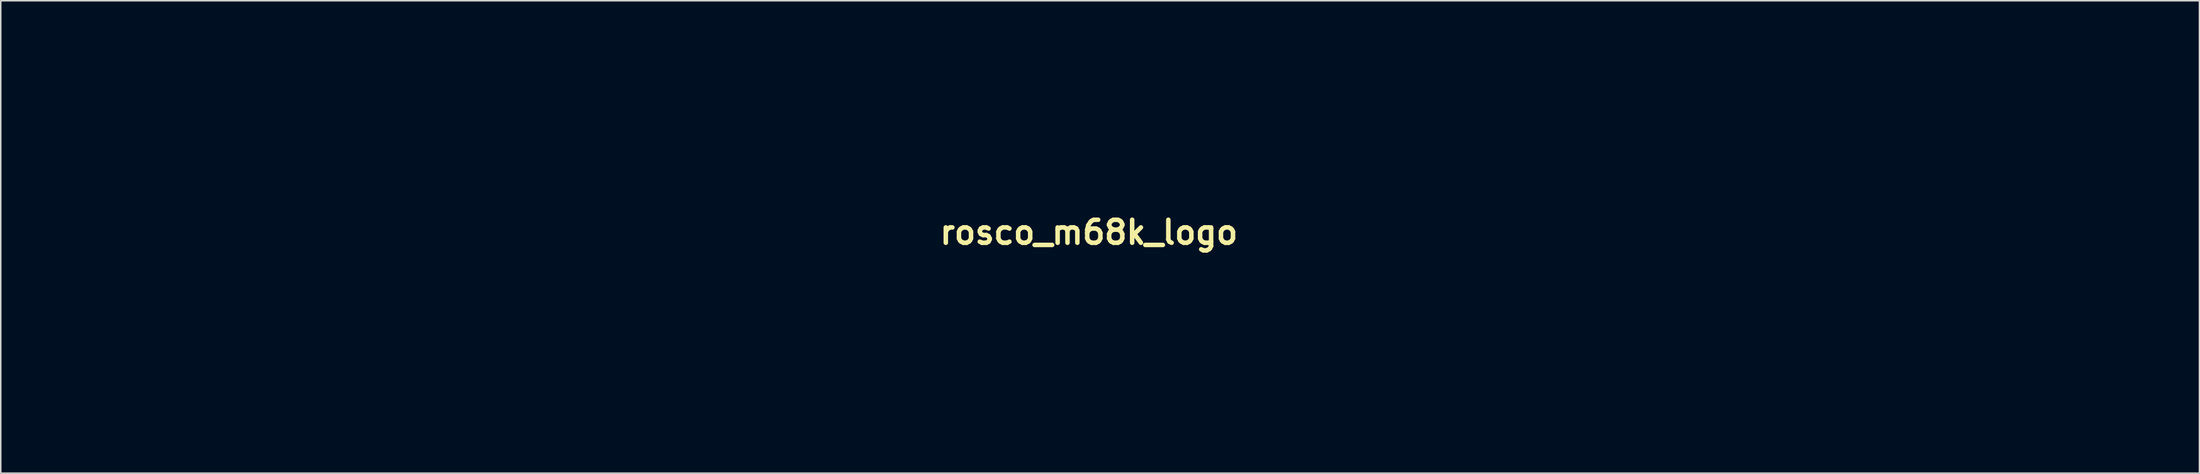
<source format=kicad_pcb>
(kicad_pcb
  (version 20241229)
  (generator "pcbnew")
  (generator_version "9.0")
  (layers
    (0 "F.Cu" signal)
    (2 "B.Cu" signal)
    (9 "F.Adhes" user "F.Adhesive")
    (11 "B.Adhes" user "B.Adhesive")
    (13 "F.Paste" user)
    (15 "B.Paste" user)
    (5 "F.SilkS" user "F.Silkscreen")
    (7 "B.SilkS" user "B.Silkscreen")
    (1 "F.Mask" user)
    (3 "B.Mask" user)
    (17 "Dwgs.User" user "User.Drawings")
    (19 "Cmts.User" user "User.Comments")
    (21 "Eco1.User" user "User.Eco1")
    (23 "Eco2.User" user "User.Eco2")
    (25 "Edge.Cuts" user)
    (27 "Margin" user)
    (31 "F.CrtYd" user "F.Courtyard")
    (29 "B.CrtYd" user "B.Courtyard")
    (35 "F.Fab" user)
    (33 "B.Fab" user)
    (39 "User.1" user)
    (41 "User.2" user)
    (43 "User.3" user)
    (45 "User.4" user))
  (footprint "rosco_m68k_logo"
    (layer "F.Cu")
    (at 69.034 12.352)
    (property "Reference" "rosco_m68k_logo" (at 0 0 0) (layer "F.SilkS") (effects (font (size 1.524 1.524) (thickness 0.3))))
    (attr through_hole)
    (fp_poly (pts (xy 64.086 -3.616) (xy 64.133 -2.894) (xy 64.086 -2.734) (xy 63.958 -2.69) (xy 63.908 -3.175) (xy 63.964 -3.676) (xy 64.086 -3.616)) (stroke (width 0.01) (type solid)) (fill no) (layer "Eco2.User"))
    (fp_poly (pts (xy -49.705 -0.81) (xy -49.531 -0.368) (xy -49.687 -0.21) (xy -50.164 -0.242) (xy -50.282 -0.37) (xy -50.364 -0.871) (xy -50.023 -1.006) (xy -49.705 -0.81)) (stroke (width 0.01) (type solid)) (fill no) (layer "Eco2.User"))
    (fp_poly (pts (xy 39.106 -0.634) (xy 38.91 -0.316) (xy 38.468 -0.143) (xy 38.31 -0.298) (xy 38.342 -0.776) (xy 38.47 -0.893) (xy 38.971 -0.975) (xy 39.106 -0.634)) (stroke (width 0.01) (type solid)) (fill no) (layer "Eco2.User"))
    (fp_poly (pts (xy -64.995 -5.887) (xy -64.913 -5.791) (xy -65.419 -5.738) (xy -65.793 -5.733) (xy -66.476 -5.768) (xy -66.58 -5.848) (xy -66.406 -5.894) (xy -65.487 -5.951) (xy -64.995 -5.887)) (stroke (width 0.01) (type solid)) (fill no) (layer "Eco2.User"))
    (fp_poly (pts (xy -61.82 -5.887) (xy -61.738 -5.791) (xy -62.244 -5.738) (xy -62.618 -5.733) (xy -63.301 -5.768) (xy -63.405 -5.848) (xy -63.231 -5.894) (xy -62.312 -5.951) (xy -61.82 -5.887)) (stroke (width 0.01) (type solid)) (fill no) (layer "Eco2.User"))
    (fp_poly (pts (xy -58.645 -5.887) (xy -58.563 -5.791) (xy -59.069 -5.738) (xy -59.443 -5.733) (xy -60.126 -5.768) (xy -60.23 -5.848) (xy -60.056 -5.894) (xy -59.137 -5.951) (xy -58.645 -5.887)) (stroke (width 0.01) (type solid)) (fill no) (layer "Eco2.User"))
    (fp_poly (pts (xy -52.476 -5.893) (xy -52.309 -5.806) (xy -52.752 -5.751) (xy -53.269 -5.741) (xy -54.032 -5.768) (xy -54.242 -5.838) (xy -54.063 -5.893) (xy -53.035 -5.952) (xy -52.476 -5.893)) (stroke (width 0.01) (type solid)) (fill no) (layer "Eco2.User"))
    (fp_poly (pts (xy -49.301 -5.893) (xy -49.134 -5.806) (xy -49.577 -5.751) (xy -50.094 -5.741) (xy -50.857 -5.768) (xy -51.067 -5.838) (xy -50.888 -5.893) (xy -49.86 -5.952) (xy -49.301 -5.893)) (stroke (width 0.01) (type solid)) (fill no) (layer "Eco2.User"))
    (fp_poly (pts (xy -46.126 -5.893) (xy -45.959 -5.806) (xy -46.402 -5.751) (xy -46.919 -5.741) (xy -47.682 -5.768) (xy -47.892 -5.838) (xy -47.713 -5.893) (xy -46.685 -5.952) (xy -46.126 -5.893)) (stroke (width 0.01) (type solid)) (fill no) (layer "Eco2.User"))
    (fp_poly (pts (xy -39.776 -5.893) (xy -39.609 -5.806) (xy -40.052 -5.751) (xy -40.569 -5.741) (xy -41.332 -5.768) (xy -41.542 -5.838) (xy -41.363 -5.893) (xy -40.335 -5.952) (xy -39.776 -5.893)) (stroke (width 0.01) (type solid)) (fill no) (layer "Eco2.User"))
    (fp_poly (pts (xy -36.601 -5.893) (xy -36.434 -5.806) (xy -36.877 -5.751) (xy -37.394 -5.741) (xy -38.157 -5.768) (xy -38.367 -5.838) (xy -38.188 -5.893) (xy -37.16 -5.952) (xy -36.601 -5.893)) (stroke (width 0.01) (type solid)) (fill no) (layer "Eco2.User"))
    (fp_poly (pts (xy -33.426 -5.893) (xy -33.259 -5.806) (xy -33.702 -5.751) (xy -34.219 -5.741) (xy -34.982 -5.768) (xy -35.192 -5.838) (xy -35.013 -5.893) (xy -33.985 -5.952) (xy -33.426 -5.893)) (stroke (width 0.01) (type solid)) (fill no) (layer "Eco2.User"))
    (fp_poly (pts (xy -33.422 -2.005) (xy -33.337 -1.764) (xy -33.835 -1.468) (xy -34.24 -1.411) (xy -34.802 -1.563) (xy -34.925 -1.764) (xy -34.622 -2.027) (xy -34.022 -2.117) (xy -33.422 -2.005)) (stroke (width 0.01) (type solid)) (fill no) (layer "Eco2.User"))
    (fp_poly (pts (xy -27.076 -5.893) (xy -26.909 -5.806) (xy -27.352 -5.751) (xy -27.869 -5.741) (xy -28.632 -5.768) (xy -28.842 -5.838) (xy -28.663 -5.893) (xy -27.635 -5.952) (xy -27.076 -5.893)) (stroke (width 0.01) (type solid)) (fill no) (layer "Eco2.User"))
    (fp_poly (pts (xy -23.901 -5.893) (xy -23.734 -5.806) (xy -24.177 -5.751) (xy -24.694 -5.741) (xy -25.457 -5.768) (xy -25.667 -5.838) (xy -25.488 -5.893) (xy -24.46 -5.952) (xy -23.901 -5.893)) (stroke (width 0.01) (type solid)) (fill no) (layer "Eco2.User"))
    (fp_poly (pts (xy -20.726 -5.893) (xy -20.559 -5.806) (xy -21.002 -5.751) (xy -21.519 -5.741) (xy -22.282 -5.768) (xy -22.492 -5.838) (xy -22.313 -5.893) (xy -21.285 -5.952) (xy -20.726 -5.893)) (stroke (width 0.01) (type solid)) (fill no) (layer "Eco2.User"))
    (fp_poly (pts (xy -14.376 -5.893) (xy -14.209 -5.806) (xy -14.652 -5.751) (xy -15.169 -5.741) (xy -15.932 -5.768) (xy -16.142 -5.838) (xy -15.963 -5.893) (xy -14.935 -5.952) (xy -14.376 -5.893)) (stroke (width 0.01) (type solid)) (fill no) (layer "Eco2.User"))
    (fp_poly (pts (xy -11.652 -0.79) (xy -11.642 -0.706) (xy -11.91 -0.363) (xy -11.994 -0.353) (xy -12.337 -0.621) (xy -12.347 -0.706) (xy -12.079 -1.048) (xy -11.994 -1.058) (xy -11.652 -0.79)) (stroke (width 0.01) (type solid)) (fill no) (layer "Eco2.User"))
    (fp_poly (pts (xy -11.201 -5.893) (xy -11.034 -5.806) (xy -11.477 -5.751) (xy -11.994 -5.741) (xy -12.757 -5.768) (xy -12.967 -5.838) (xy -12.788 -5.893) (xy -11.76 -5.952) (xy -11.201 -5.893)) (stroke (width 0.01) (type solid)) (fill no) (layer "Eco2.User"))
    (fp_poly (pts (xy -8.026 -5.893) (xy -7.859 -5.806) (xy -8.302 -5.751) (xy -8.819 -5.741) (xy -9.582 -5.768) (xy -9.792 -5.838) (xy -9.613 -5.893) (xy -8.585 -5.952) (xy -8.026 -5.893)) (stroke (width 0.01) (type solid)) (fill no) (layer "Eco2.User"))
    (fp_poly (pts (xy -1.676 12.804) (xy -1.509 12.891) (xy -1.952 12.946) (xy -2.469 12.957) (xy -3.232 12.929) (xy -3.442 12.859) (xy -3.263 12.804) (xy -2.235 12.745) (xy -1.676 12.804)) (stroke (width 0.01) (type solid)) (fill no) (layer "Eco2.User"))
    (fp_poly (pts (xy 1.499 12.804) (xy 1.666 12.891) (xy 1.223 12.946) (xy 0.706 12.957) (xy -0.057 12.929) (xy -0.267 12.859) (xy -0.088 12.804) (xy 0.94 12.745) (xy 1.499 12.804)) (stroke (width 0.01) (type solid)) (fill no) (layer "Eco2.User"))
    (fp_poly (pts (xy 4.674 12.804) (xy 4.841 12.891) (xy 4.398 12.946) (xy 3.881 12.957) (xy 3.118 12.929) (xy 2.908 12.859) (xy 3.087 12.804) (xy 4.115 12.745) (xy 4.674 12.804)) (stroke (width 0.01) (type solid)) (fill no) (layer "Eco2.User"))
    (fp_poly (pts (xy 7.849 12.804) (xy 8.016 12.891) (xy 7.573 12.946) (xy 7.056 12.957) (xy 6.293 12.929) (xy 6.083 12.859) (xy 6.262 12.804) (xy 7.29 12.745) (xy 7.849 12.804)) (stroke (width 0.01) (type solid)) (fill no) (layer "Eco2.User"))
    (fp_poly (pts (xy 11.024 12.804) (xy 11.191 12.891) (xy 10.748 12.946) (xy 10.231 12.957) (xy 9.468 12.929) (xy 9.258 12.859) (xy 9.437 12.804) (xy 10.465 12.745) (xy 11.024 12.804)) (stroke (width 0.01) (type solid)) (fill no) (layer "Eco2.User"))
    (fp_poly (pts (xy 17.374 -5.893) (xy 17.541 -5.806) (xy 17.098 -5.751) (xy 16.581 -5.741) (xy 15.818 -5.768) (xy 15.608 -5.838) (xy 15.787 -5.893) (xy 16.815 -5.952) (xy 17.374 -5.893)) (stroke (width 0.01) (type solid)) (fill no) (layer "Eco2.User"))
    (fp_poly (pts (xy 20.549 -5.893) (xy 20.716 -5.806) (xy 20.273 -5.751) (xy 19.756 -5.741) (xy 18.993 -5.768) (xy 18.783 -5.838) (xy 18.962 -5.893) (xy 19.99 -5.952) (xy 20.549 -5.893)) (stroke (width 0.01) (type solid)) (fill no) (layer "Eco2.User"))
    (fp_poly (pts (xy 23.724 -5.893) (xy 23.891 -5.806) (xy 23.448 -5.751) (xy 22.931 -5.741) (xy 22.168 -5.768) (xy 21.958 -5.838) (xy 22.137 -5.893) (xy 23.165 -5.952) (xy 23.724 -5.893)) (stroke (width 0.01) (type solid)) (fill no) (layer "Eco2.User"))
    (fp_poly (pts (xy 26.899 -5.893) (xy 27.066 -5.806) (xy 26.623 -5.751) (xy 26.106 -5.741) (xy 25.343 -5.768) (xy 25.133 -5.838) (xy 25.312 -5.893) (xy 26.34 -5.952) (xy 26.899 -5.893)) (stroke (width 0.01) (type solid)) (fill no) (layer "Eco2.User"))
    (fp_poly (pts (xy 30.074 -5.893) (xy 30.241 -5.806) (xy 29.798 -5.751) (xy 29.281 -5.741) (xy 28.518 -5.768) (xy 28.308 -5.838) (xy 28.487 -5.893) (xy 29.515 -5.952) (xy 30.074 -5.893)) (stroke (width 0.01) (type solid)) (fill no) (layer "Eco2.User"))
    (fp_poly (pts (xy 42.774 -5.893) (xy 42.941 -5.806) (xy 42.498 -5.751) (xy 41.981 -5.741) (xy 41.218 -5.768) (xy 41.008 -5.838) (xy 41.187 -5.893) (xy 42.215 -5.952) (xy 42.774 -5.893)) (stroke (width 0.01) (type solid)) (fill no) (layer "Eco2.User"))
    (fp_poly (pts (xy 51.584 -7.178) (xy 51.663 -7.086) (xy 51.628 -6.624) (xy 51.536 -6.545) (xy 51.074 -6.58) (xy 50.995 -6.673) (xy 51.03 -7.134) (xy 51.123 -7.213) (xy 51.584 -7.178)) (stroke (width 0.01) (type solid)) (fill no) (layer "Eco2.User"))
    (fp_poly (pts (xy 51.799 -0.879) (xy 51.858 -0.726) (xy 51.625 -0.266) (xy 51.172 -0.155) (xy 51.026 -0.245) (xy 50.811 -0.757) (xy 51.189 -1.048) (xy 51.329 -1.058) (xy 51.799 -0.879)) (stroke (width 0.01) (type solid)) (fill no) (layer "Eco2.User"))
    (fp_poly (pts (xy 64.426 5.458) (xy 64.347 6.029) (xy 64.026 6.541) (xy 63.645 6.981) (xy 63.537 6.845) (xy 63.58 6.251) (xy 63.757 5.535) (xy 64.02 5.254) (xy 64.426 5.458)) (stroke (width 0.01) (type solid)) (fill no) (layer "Eco2.User"))
    (fp_poly (pts (xy 68.002 -5.887) (xy 68.084 -5.791) (xy 67.578 -5.738) (xy 67.204 -5.733) (xy 66.521 -5.768) (xy 66.417 -5.848) (xy 66.591 -5.894) (xy 67.51 -5.951) (xy 68.002 -5.887)) (stroke (width 0.01) (type solid)) (fill no) (layer "Eco2.User"))
    (fp_poly (pts (xy -68.911 2.724) (xy -68.887 2.91) (xy -68.83 4.235) (xy -68.887 5.556) (xy -68.951 5.867) (xy -68.999 5.545) (xy -69.024 4.665) (xy -69.026 4.233) (xy -69.011 3.173) (xy -68.97 2.646) (xy -68.911 2.724)) (stroke (width 0.01) (type solid)) (fill no) (layer "Eco2.User"))
    (fp_poly (pts (xy -62.561 2.724) (xy -62.537 2.91) (xy -62.48 4.235) (xy -62.537 5.556) (xy -62.601 5.867) (xy -62.649 5.545) (xy -62.674 4.665) (xy -62.676 4.233) (xy -62.661 3.173) (xy -62.62 2.646) (xy -62.561 2.724)) (stroke (width 0.01) (type solid)) (fill no) (layer "Eco2.User"))
    (fp_poly (pts (xy -56.211 2.724) (xy -56.187 2.91) (xy -56.13 4.235) (xy -56.187 5.556) (xy -56.251 5.867) (xy -56.299 5.545) (xy -56.324 4.665) (xy -56.326 4.233) (xy -56.311 3.173) (xy -56.27 2.646) (xy -56.211 2.724)) (stroke (width 0.01) (type solid)) (fill no) (layer "Eco2.User"))
    (fp_poly (pts (xy -20.713 0.111) (xy -20.285 0.353) (xy -20.445 0.583) (xy -21.193 0.698) (xy -21.519 0.706) (xy -22.424 0.632) (xy -22.775 0.433) (xy -22.754 0.353) (xy -22.276 0.097) (xy -21.519 0) (xy -20.713 0.111)) (stroke (width 0.01) (type solid)) (fill no) (layer "Eco2.User"))
    (fp_poly (pts (xy -14.17 6.434) (xy -13.914 6.655) (xy -13.935 6.703) (xy -14.412 6.957) (xy -15.19 7.056) (xy -15.924 6.951) (xy -16.228 6.703) (xy -15.917 6.471) (xy -15.152 6.354) (xy -14.972 6.35) (xy -14.17 6.434)) (stroke (width 0.01) (type solid)) (fill no) (layer "Eco2.User"))
    (fp_poly (pts (xy -10.995 6.434) (xy -10.739 6.655) (xy -10.76 6.703) (xy -11.237 6.957) (xy -12.015 7.056) (xy -12.749 6.951) (xy -13.053 6.703) (xy -12.742 6.471) (xy -11.977 6.354) (xy -11.797 6.35) (xy -10.995 6.434)) (stroke (width 0.01) (type solid)) (fill no) (layer "Eco2.User"))
    (fp_poly (pts (xy -7.82 6.434) (xy -7.564 6.655) (xy -7.585 6.703) (xy -8.062 6.957) (xy -8.84 7.056) (xy -9.574 6.951) (xy -9.878 6.703) (xy -9.567 6.471) (xy -8.802 6.354) (xy -8.622 6.35) (xy -7.82 6.434)) (stroke (width 0.01) (type solid)) (fill no) (layer "Eco2.User"))
    (fp_poly (pts (xy 1.333 6.437) (xy 1.751 6.652) (xy 1.764 6.703) (xy 1.458 6.952) (xy 0.726 7.056) (xy -0.088 6.947) (xy -0.529 6.703) (xy -0.38 6.463) (xy 0.339 6.353) (xy 0.508 6.35) (xy 1.333 6.437)) (stroke (width 0.01) (type solid)) (fill no) (layer "Eco2.User"))
    (fp_poly (pts (xy 4.508 6.437) (xy 4.926 6.652) (xy 4.939 6.703) (xy 4.633 6.952) (xy 3.901 7.056) (xy 3.087 6.947) (xy 2.646 6.703) (xy 2.795 6.463) (xy 3.514 6.353) (xy 3.683 6.35) (xy 4.508 6.437)) (stroke (width 0.01) (type solid)) (fill no) (layer "Eco2.User"))
    (fp_poly (pts (xy 7.683 6.437) (xy 8.101 6.652) (xy 8.114 6.703) (xy 7.808 6.952) (xy 7.076 7.056) (xy 6.262 6.947) (xy 5.821 6.703) (xy 5.97 6.463) (xy 6.689 6.353) (xy 6.858 6.35) (xy 7.683 6.437)) (stroke (width 0.01) (type solid)) (fill no) (layer "Eco2.User"))
    (fp_poly (pts (xy 57.736 2.724) (xy 57.76 2.91) (xy 57.817 4.235) (xy 57.76 5.556) (xy 57.697 5.867) (xy 57.649 5.545) (xy 57.623 4.665) (xy 57.621 4.233) (xy 57.637 3.173) (xy 57.678 2.646) (xy 57.736 2.724)) (stroke (width 0.01) (type solid)) (fill no) (layer "Eco2.User"))
    (fp_poly (pts (xy 70.436 2.724) (xy 70.46 2.91) (xy 70.517 4.235) (xy 70.46 5.556) (xy 70.397 5.867) (xy 70.349 5.545) (xy 70.323 4.665) (xy 70.321 4.233) (xy 70.337 3.173) (xy 70.378 2.646) (xy 70.436 2.724)) (stroke (width 0.01) (type solid)) (fill no) (layer "Eco2.User"))
    (fp_poly (pts (xy -68.905 -3.227) (xy -68.887 -3.079) (xy -68.831 -1.833) (xy -68.885 -0.65) (xy -68.89 -0.609) (xy -68.956 -0.366) (xy -69.005 -0.746) (xy -69.028 -1.664) (xy -69.029 -1.94) (xy -69.011 -2.941) (xy -68.967 -3.394) (xy -68.905 -3.227)) (stroke (width 0.01) (type solid)) (fill no) (layer "Eco2.User"))
    (fp_poly (pts (xy -56.205 -3.227) (xy -56.187 -3.079) (xy -56.131 -1.833) (xy -56.185 -0.65) (xy -56.19 -0.609) (xy -56.256 -0.366) (xy -56.305 -0.746) (xy -56.328 -1.664) (xy -56.329 -1.94) (xy -56.311 -2.941) (xy -56.267 -3.394) (xy -56.205 -3.227)) (stroke (width 0.01) (type solid)) (fill no) (layer "Eco2.User"))
    (fp_poly (pts (xy 45.043 -9.577) (xy 45.06 -9.429) (xy 45.117 -8.183) (xy 45.062 -7) (xy 45.057 -6.959) (xy 44.991 -6.716) (xy 44.942 -7.096) (xy 44.919 -8.014) (xy 44.919 -8.29) (xy 44.936 -9.291) (xy 44.98 -9.744) (xy 45.043 -9.577)) (stroke (width 0.01) (type solid)) (fill no) (layer "Eco2.User"))
    (fp_poly (pts (xy 45.043 -3.227) (xy 45.06 -3.079) (xy 45.117 -1.833) (xy 45.062 -0.65) (xy 45.057 -0.609) (xy 44.991 -0.366) (xy 44.942 -0.746) (xy 44.919 -1.664) (xy 44.919 -1.94) (xy 44.936 -2.941) (xy 44.98 -3.394) (xy 45.043 -3.227)) (stroke (width 0.01) (type solid)) (fill no) (layer "Eco2.User"))
    (fp_poly (pts (xy 45.043 2.77) (xy 45.06 2.918) (xy 45.117 4.164) (xy 45.062 5.347) (xy 45.057 5.388) (xy 44.991 5.631) (xy 44.942 5.252) (xy 44.919 4.333) (xy 44.919 4.057) (xy 44.936 3.056) (xy 44.98 2.604) (xy 45.043 2.77)) (stroke (width 0.01) (type solid)) (fill no) (layer "Eco2.User"))
    (fp_poly (pts (xy 57.743 -9.577) (xy 57.76 -9.429) (xy 57.817 -8.183) (xy 57.762 -7) (xy 57.757 -6.959) (xy 57.691 -6.716) (xy 57.642 -7.096) (xy 57.619 -8.014) (xy 57.619 -8.29) (xy 57.636 -9.291) (xy 57.68 -9.744) (xy 57.743 -9.577)) (stroke (width 0.01) (type solid)) (fill no) (layer "Eco2.User"))
    (fp_poly (pts (xy 57.743 -3.227) (xy 57.76 -3.079) (xy 57.817 -1.833) (xy 57.762 -0.65) (xy 57.757 -0.609) (xy 57.691 -0.366) (xy 57.642 -0.746) (xy 57.619 -1.664) (xy 57.619 -1.94) (xy 57.636 -2.941) (xy 57.68 -3.394) (xy 57.743 -3.227)) (stroke (width 0.01) (type solid)) (fill no) (layer "Eco2.User"))
    (fp_poly (pts (xy 64.093 -9.577) (xy 64.11 -9.429) (xy 64.167 -8.183) (xy 64.112 -7) (xy 64.107 -6.959) (xy 64.041 -6.716) (xy 63.992 -7.096) (xy 63.969 -8.014) (xy 63.969 -8.29) (xy 63.986 -9.291) (xy 64.03 -9.744) (xy 64.093 -9.577)) (stroke (width 0.01) (type solid)) (fill no) (layer "Eco2.User"))
    (fp_poly (pts (xy 70.443 -3.227) (xy 70.46 -3.079) (xy 70.517 -1.833) (xy 70.462 -0.65) (xy 70.457 -0.609) (xy 70.391 -0.366) (xy 70.342 -0.746) (xy 70.319 -1.664) (xy 70.319 -1.94) (xy 70.336 -2.941) (xy 70.38 -3.394) (xy 70.443 -3.227)) (stroke (width 0.01) (type solid)) (fill no) (layer "Eco2.User"))
    (fp_poly (pts (xy -64.977 6.439) (xy -64.569 6.656) (xy -64.558 6.703) (xy -64.868 6.936) (xy -65.631 7.053) (xy -65.793 7.056) (xy -66.609 6.967) (xy -67.017 6.749) (xy -67.028 6.703) (xy -66.718 6.47) (xy -65.955 6.353) (xy -65.793 6.35) (xy -64.977 6.439)) (stroke (width 0.01) (type solid)) (fill no) (layer "Eco2.User"))
    (fp_poly (pts (xy -58.627 0.089) (xy -58.219 0.306) (xy -58.208 0.353) (xy -58.518 0.586) (xy -59.281 0.703) (xy -59.443 0.706) (xy -60.259 0.617) (xy -60.667 0.399) (xy -60.678 0.353) (xy -60.368 0.12) (xy -59.605 0.003) (xy -59.443 0) (xy -58.627 0.089)) (stroke (width 0.01) (type solid)) (fill no) (layer "Eco2.User"))
    (fp_poly (pts (xy -52.277 6.439) (xy -51.869 6.656) (xy -51.858 6.703) (xy -52.168 6.936) (xy -52.931 7.053) (xy -53.093 7.056) (xy -53.909 6.967) (xy -54.317 6.749) (xy -54.328 6.703) (xy -54.018 6.47) (xy -53.255 6.353) (xy -53.093 6.35) (xy -52.277 6.439)) (stroke (width 0.01) (type solid)) (fill no) (layer "Eco2.User"))
    (fp_poly (pts (xy -49.102 6.439) (xy -48.694 6.656) (xy -48.683 6.703) (xy -48.993 6.936) (xy -49.756 7.053) (xy -49.918 7.056) (xy -50.734 6.967) (xy -51.142 6.749) (xy -51.153 6.703) (xy -50.843 6.47) (xy -50.08 6.353) (xy -49.918 6.35) (xy -49.102 6.439)) (stroke (width 0.01) (type solid)) (fill no) (layer "Eco2.User"))
    (fp_poly (pts (xy -45.927 6.439) (xy -45.519 6.656) (xy -45.508 6.703) (xy -45.818 6.936) (xy -46.581 7.053) (xy -46.743 7.056) (xy -47.559 6.967) (xy -47.967 6.749) (xy -47.978 6.703) (xy -47.668 6.47) (xy -46.905 6.353) (xy -46.743 6.35) (xy -45.927 6.439)) (stroke (width 0.01) (type solid)) (fill no) (layer "Eco2.User"))
    (fp_poly (pts (xy -43.543 2.134) (xy -43.423 2.962) (xy -43.392 4.036) (xy -43.441 5.243) (xy -43.572 6.07) (xy -43.744 6.35) (xy -43.933 6.029) (xy -44.06 5.192) (xy -44.097 4.254) (xy -44.042 3.099) (xy -43.899 2.25) (xy -43.744 1.94) (xy -43.543 2.134)) (stroke (width 0.01) (type solid)) (fill no) (layer "Eco2.User"))
    (fp_poly (pts (xy -39.577 6.439) (xy -39.169 6.656) (xy -39.158 6.703) (xy -39.468 6.936) (xy -40.231 7.053) (xy -40.393 7.056) (xy -41.209 6.967) (xy -41.617 6.749) (xy -41.628 6.703) (xy -41.318 6.47) (xy -40.555 6.353) (xy -40.393 6.35) (xy -39.577 6.439)) (stroke (width 0.01) (type solid)) (fill no) (layer "Eco2.User"))
    (fp_poly (pts (xy -39.564 0.09) (xy -39.167 0.311) (xy -39.158 0.353) (xy -39.472 0.572) (xy -40.255 0.696) (xy -40.59 0.706) (xy -41.484 0.631) (xy -41.825 0.43) (xy -41.804 0.353) (xy -41.335 0.114) (xy -40.48 0.001) (xy -40.372 0) (xy -39.564 0.09)) (stroke (width 0.01) (type solid)) (fill no) (layer "Eco2.User"))
    (fp_poly (pts (xy -36.402 6.439) (xy -35.994 6.656) (xy -35.983 6.703) (xy -36.293 6.936) (xy -37.056 7.053) (xy -37.218 7.056) (xy -38.034 6.967) (xy -38.442 6.749) (xy -38.453 6.703) (xy -38.143 6.47) (xy -37.38 6.353) (xy -37.218 6.35) (xy -36.402 6.439)) (stroke (width 0.01) (type solid)) (fill no) (layer "Eco2.User"))
    (fp_poly (pts (xy -33.227 6.439) (xy -32.819 6.656) (xy -32.808 6.703) (xy -33.118 6.936) (xy -33.881 7.053) (xy -34.043 7.056) (xy -34.859 6.967) (xy -35.267 6.749) (xy -35.278 6.703) (xy -34.968 6.47) (xy -34.205 6.353) (xy -34.043 6.35) (xy -33.227 6.439)) (stroke (width 0.01) (type solid)) (fill no) (layer "Eco2.User"))
    (fp_poly (pts (xy -30.857 2.438) (xy -30.729 3.277) (xy -30.692 4.233) (xy -30.745 5.361) (xy -30.885 6.125) (xy -31.044 6.35) (xy -31.232 6.029) (xy -31.36 5.189) (xy -31.397 4.233) (xy -31.344 3.106) (xy -31.204 2.341) (xy -31.044 2.117) (xy -30.857 2.438)) (stroke (width 0.01) (type solid)) (fill no) (layer "Eco2.User"))
    (fp_poly (pts (xy -26.877 6.439) (xy -26.469 6.656) (xy -26.458 6.703) (xy -26.768 6.936) (xy -27.531 7.053) (xy -27.693 7.056) (xy -28.509 6.967) (xy -28.917 6.749) (xy -28.928 6.703) (xy -28.618 6.47) (xy -27.855 6.353) (xy -27.693 6.35) (xy -26.877 6.439)) (stroke (width 0.01) (type solid)) (fill no) (layer "Eco2.User"))
    (fp_poly (pts (xy -23.702 6.439) (xy -23.294 6.656) (xy -23.283 6.703) (xy -23.593 6.936) (xy -24.356 7.053) (xy -24.518 7.056) (xy -25.334 6.967) (xy -25.742 6.749) (xy -25.753 6.703) (xy -25.443 6.47) (xy -24.68 6.353) (xy -24.518 6.35) (xy -23.702 6.439)) (stroke (width 0.01) (type solid)) (fill no) (layer "Eco2.User"))
    (fp_poly (pts (xy -20.527 6.439) (xy -20.119 6.656) (xy -20.108 6.703) (xy -20.418 6.936) (xy -21.181 7.053) (xy -21.343 7.056) (xy -22.159 6.967) (xy -22.567 6.749) (xy -22.578 6.703) (xy -22.268 6.47) (xy -21.505 6.353) (xy -21.343 6.35) (xy -20.527 6.439)) (stroke (width 0.01) (type solid)) (fill no) (layer "Eco2.User"))
    (fp_poly (pts (xy -18.157 -3.912) (xy -18.029 -3.073) (xy -17.992 -2.117) (xy -18.045 -0.989) (xy -18.185 -0.225) (xy -18.344 0) (xy -18.532 -0.321) (xy -18.66 -1.161) (xy -18.697 -2.117) (xy -18.644 -3.244) (xy -18.504 -4.009) (xy -18.344 -4.233) (xy -18.157 -3.912)) (stroke (width 0.01) (type solid)) (fill no) (layer "Eco2.User"))
    (fp_poly (pts (xy -18.157 2.438) (xy -18.029 3.277) (xy -17.992 4.233) (xy -18.045 5.361) (xy -18.185 6.125) (xy -18.344 6.35) (xy -18.532 6.029) (xy -18.66 5.189) (xy -18.697 4.233) (xy -18.644 3.106) (xy -18.504 2.341) (xy -18.344 2.117) (xy -18.157 2.438)) (stroke (width 0.01) (type solid)) (fill no) (layer "Eco2.User"))
    (fp_poly (pts (xy -5.46 8.438) (xy -5.334 9.296) (xy -5.292 10.407) (xy -5.342 11.605) (xy -5.474 12.426) (xy -5.644 12.7) (xy -5.829 12.376) (xy -5.955 11.518) (xy -5.997 10.407) (xy -5.947 9.209) (xy -5.815 8.388) (xy -5.644 8.114) (xy -5.46 8.438)) (stroke (width 0.01) (type solid)) (fill no) (layer "Eco2.User"))
    (fp_poly (pts (xy -5.457 -3.912) (xy -5.329 -3.073) (xy -5.292 -2.117) (xy -5.345 -0.989) (xy -5.485 -0.225) (xy -5.644 0) (xy -5.832 -0.321) (xy -5.96 -1.161) (xy -5.997 -2.117) (xy -5.944 -3.244) (xy -5.804 -4.009) (xy -5.644 -4.233) (xy -5.457 -3.912)) (stroke (width 0.01) (type solid)) (fill no) (layer "Eco2.User"))
    (fp_poly (pts (xy -5.457 2.438) (xy -5.329 3.277) (xy -5.292 4.233) (xy -5.345 5.361) (xy -5.485 6.125) (xy -5.644 6.35) (xy -5.832 6.029) (xy -5.96 5.189) (xy -5.997 4.233) (xy -5.944 3.106) (xy -5.804 2.341) (xy -5.644 2.117) (xy -5.457 2.438)) (stroke (width 0.01) (type solid)) (fill no) (layer "Eco2.User"))
    (fp_poly (pts (xy -1.726 6.452) (xy -1.411 6.698) (xy -1.411 6.703) (xy -1.718 6.95) (xy -2.456 7.056) (xy -2.469 7.056) (xy -3.213 6.953) (xy -3.528 6.707) (xy -3.528 6.703) (xy -3.221 6.455) (xy -2.483 6.35) (xy -2.469 6.35) (xy -1.726 6.452)) (stroke (width 0.01) (type solid)) (fill no) (layer "Eco2.User"))
    (fp_poly (pts (xy 10.87 6.439) (xy 11.278 6.656) (xy 11.289 6.703) (xy 10.979 6.936) (xy 10.216 7.053) (xy 10.054 7.056) (xy 9.238 6.967) (xy 8.83 6.749) (xy 8.819 6.703) (xy 9.13 6.47) (xy 9.892 6.353) (xy 10.054 6.35) (xy 10.87 6.439)) (stroke (width 0.01) (type solid)) (fill no) (layer "Eco2.User"))
    (fp_poly (pts (xy 13.59 8.438) (xy 13.716 9.296) (xy 13.758 10.407) (xy 13.708 11.605) (xy 13.576 12.426) (xy 13.406 12.7) (xy 13.221 12.376) (xy 13.095 11.518) (xy 13.053 10.407) (xy 13.103 9.209) (xy 13.235 8.388) (xy 13.406 8.114) (xy 13.59 8.438)) (stroke (width 0.01) (type solid)) (fill no) (layer "Eco2.User"))
    (fp_poly (pts (xy 13.593 -3.912) (xy 13.721 -3.073) (xy 13.758 -2.117) (xy 13.705 -0.989) (xy 13.565 -0.225) (xy 13.406 0) (xy 13.218 -0.321) (xy 13.09 -1.161) (xy 13.053 -2.117) (xy 13.106 -3.244) (xy 13.246 -4.009) (xy 13.406 -4.233) (xy 13.593 -3.912)) (stroke (width 0.01) (type solid)) (fill no) (layer "Eco2.User"))
    (fp_poly (pts (xy 13.593 2.438) (xy 13.721 3.277) (xy 13.758 4.233) (xy 13.705 5.361) (xy 13.565 6.125) (xy 13.406 6.35) (xy 13.218 6.029) (xy 13.09 5.189) (xy 13.053 4.233) (xy 13.106 3.106) (xy 13.246 2.341) (xy 13.406 2.117) (xy 13.593 2.438)) (stroke (width 0.01) (type solid)) (fill no) (layer "Eco2.User"))
    (fp_poly (pts (xy 17.22 6.439) (xy 17.628 6.656) (xy 17.639 6.703) (xy 17.329 6.936) (xy 16.566 7.053) (xy 16.404 7.056) (xy 15.588 6.967) (xy 15.18 6.749) (xy 15.169 6.703) (xy 15.48 6.47) (xy 16.242 6.353) (xy 16.404 6.35) (xy 17.22 6.439)) (stroke (width 0.01) (type solid)) (fill no) (layer "Eco2.User"))
    (fp_poly (pts (xy 19.943 2.438) (xy 20.071 3.277) (xy 20.108 4.233) (xy 20.055 5.361) (xy 19.915 6.125) (xy 19.756 6.35) (xy 19.568 6.029) (xy 19.44 5.189) (xy 19.403 4.233) (xy 19.456 3.106) (xy 19.596 2.341) (xy 19.756 2.117) (xy 19.943 2.438)) (stroke (width 0.01) (type solid)) (fill no) (layer "Eco2.User"))
    (fp_poly (pts (xy 23.57 6.439) (xy 23.978 6.656) (xy 23.989 6.703) (xy 23.679 6.936) (xy 22.916 7.053) (xy 22.754 7.056) (xy 21.938 6.967) (xy 21.53 6.749) (xy 21.519 6.703) (xy 21.83 6.47) (xy 22.592 6.353) (xy 22.754 6.35) (xy 23.57 6.439)) (stroke (width 0.01) (type solid)) (fill no) (layer "Eco2.User"))
    (fp_poly (pts (xy 26.294 2.384) (xy 26.422 3.312) (xy 26.458 4.254) (xy 26.404 5.373) (xy 26.263 6.131) (xy 26.106 6.35) (xy 25.922 6.026) (xy 25.796 5.165) (xy 25.753 4.036) (xy 25.801 2.748) (xy 25.939 2.042) (xy 26.106 1.94) (xy 26.294 2.384)) (stroke (width 0.01) (type solid)) (fill no) (layer "Eco2.User"))
    (fp_poly (pts (xy 29.92 6.439) (xy 30.328 6.656) (xy 30.339 6.703) (xy 30.029 6.936) (xy 29.266 7.053) (xy 29.104 7.056) (xy 28.288 6.967) (xy 27.88 6.749) (xy 27.869 6.703) (xy 28.18 6.47) (xy 28.942 6.353) (xy 29.104 6.35) (xy 29.92 6.439)) (stroke (width 0.01) (type solid)) (fill no) (layer "Eco2.User"))
    (fp_poly (pts (xy 32.644 -3.912) (xy 32.771 -3.075) (xy 32.808 -2.137) (xy 32.753 -0.982) (xy 32.61 -0.133) (xy 32.456 0.176) (xy 32.255 -0.017) (xy 32.134 -0.845) (xy 32.103 -1.919) (xy 32.152 -3.126) (xy 32.283 -3.953) (xy 32.456 -4.233) (xy 32.644 -3.912)) (stroke (width 0.01) (type solid)) (fill no) (layer "Eco2.User"))
    (fp_poly (pts (xy 32.644 -9.963) (xy 32.772 -9.035) (xy 32.808 -8.093) (xy 32.754 -6.974) (xy 32.613 -6.216) (xy 32.456 -5.997) (xy 32.272 -6.322) (xy 32.146 -7.182) (xy 32.103 -8.311) (xy 32.151 -9.599) (xy 32.289 -10.306) (xy 32.456 -10.407) (xy 32.644 -9.963)) (stroke (width 0.01) (type solid)) (fill no) (layer "Eco2.User"))
    (fp_poly (pts (xy 32.644 2.384) (xy 32.772 3.312) (xy 32.808 4.254) (xy 32.754 5.373) (xy 32.613 6.131) (xy 32.456 6.35) (xy 32.272 6.026) (xy 32.146 5.165) (xy 32.103 4.036) (xy 32.151 2.748) (xy 32.289 2.042) (xy 32.456 1.94) (xy 32.644 2.384)) (stroke (width 0.01) (type solid)) (fill no) (layer "Eco2.User"))
    (fp_poly (pts (xy 36.27 -12.259) (xy 36.678 -12.041) (xy 36.689 -11.994) (xy 36.379 -11.761) (xy 35.616 -11.645) (xy 35.454 -11.642) (xy 34.638 -11.73) (xy 34.23 -11.948) (xy 34.219 -11.994) (xy 34.53 -12.228) (xy 35.292 -12.344) (xy 35.454 -12.347) (xy 36.27 -12.259)) (stroke (width 0.01) (type solid)) (fill no) (layer "Eco2.User"))
    (fp_poly (pts (xy 36.27 6.439) (xy 36.678 6.656) (xy 36.689 6.703) (xy 36.379 6.936) (xy 35.616 7.053) (xy 35.454 7.056) (xy 34.638 6.967) (xy 34.23 6.749) (xy 34.219 6.703) (xy 34.53 6.47) (xy 35.292 6.353) (xy 35.454 6.35) (xy 36.27 6.439)) (stroke (width 0.01) (type solid)) (fill no) (layer "Eco2.User"))
    (fp_poly (pts (xy 39.445 -12.259) (xy 39.853 -12.041) (xy 39.864 -11.994) (xy 39.554 -11.761) (xy 38.791 -11.645) (xy 38.629 -11.642) (xy 37.813 -11.73) (xy 37.405 -11.948) (xy 37.394 -11.994) (xy 37.705 -12.228) (xy 38.467 -12.344) (xy 38.629 -12.347) (xy 39.445 -12.259)) (stroke (width 0.01) (type solid)) (fill no) (layer "Eco2.User"))
    (fp_poly (pts (xy 39.445 6.439) (xy 39.853 6.656) (xy 39.864 6.703) (xy 39.554 6.936) (xy 38.791 7.053) (xy 38.629 7.056) (xy 37.813 6.967) (xy 37.405 6.749) (xy 37.394 6.703) (xy 37.705 6.47) (xy 38.467 6.353) (xy 38.629 6.35) (xy 39.445 6.439)) (stroke (width 0.01) (type solid)) (fill no) (layer "Eco2.User"))
    (fp_poly (pts (xy 42.62 -12.259) (xy 43.028 -12.041) (xy 43.039 -11.994) (xy 42.729 -11.761) (xy 41.966 -11.645) (xy 41.804 -11.642) (xy 40.988 -11.73) (xy 40.58 -11.948) (xy 40.569 -11.994) (xy 40.88 -12.228) (xy 41.642 -12.344) (xy 41.804 -12.347) (xy 42.62 -12.259)) (stroke (width 0.01) (type solid)) (fill no) (layer "Eco2.User"))
    (fp_poly (pts (xy 42.62 6.439) (xy 43.028 6.656) (xy 43.039 6.703) (xy 42.729 6.936) (xy 41.966 7.053) (xy 41.804 7.056) (xy 40.988 6.967) (xy 40.58 6.749) (xy 40.569 6.703) (xy 40.88 6.47) (xy 41.642 6.353) (xy 41.804 6.35) (xy 42.62 6.439)) (stroke (width 0.01) (type solid)) (fill no) (layer "Eco2.User"))
    (fp_poly (pts (xy 48.97 -12.259) (xy 49.378 -12.041) (xy 49.389 -11.994) (xy 49.079 -11.761) (xy 48.316 -11.645) (xy 48.154 -11.642) (xy 47.338 -11.73) (xy 46.93 -11.948) (xy 46.919 -11.994) (xy 47.23 -12.228) (xy 47.992 -12.344) (xy 48.154 -12.347) (xy 48.97 -12.259)) (stroke (width 0.01) (type solid)) (fill no) (layer "Eco2.User"))
    (fp_poly (pts (xy 48.97 6.439) (xy 49.378 6.656) (xy 49.389 6.703) (xy 49.079 6.936) (xy 48.316 7.053) (xy 48.154 7.056) (xy 47.338 6.967) (xy 46.93 6.749) (xy 46.919 6.703) (xy 47.23 6.47) (xy 47.992 6.353) (xy 48.154 6.35) (xy 48.97 6.439)) (stroke (width 0.01) (type solid)) (fill no) (layer "Eco2.User"))
    (fp_poly (pts (xy 52.145 -12.259) (xy 52.553 -12.041) (xy 52.564 -11.994) (xy 52.254 -11.761) (xy 51.491 -11.645) (xy 51.329 -11.642) (xy 50.513 -11.73) (xy 50.105 -11.948) (xy 50.094 -11.994) (xy 50.405 -12.228) (xy 51.167 -12.344) (xy 51.329 -12.347) (xy 52.145 -12.259)) (stroke (width 0.01) (type solid)) (fill no) (layer "Eco2.User"))
    (fp_poly (pts (xy 52.145 6.439) (xy 52.553 6.656) (xy 52.564 6.703) (xy 52.254 6.936) (xy 51.491 7.053) (xy 51.329 7.056) (xy 50.513 6.967) (xy 50.105 6.749) (xy 50.094 6.703) (xy 50.405 6.47) (xy 51.167 6.353) (xy 51.329 6.35) (xy 52.145 6.439)) (stroke (width 0.01) (type solid)) (fill no) (layer "Eco2.User"))
    (fp_poly (pts (xy 55.32 -12.259) (xy 55.728 -12.041) (xy 55.739 -11.994) (xy 55.429 -11.761) (xy 54.666 -11.645) (xy 54.504 -11.642) (xy 53.688 -11.73) (xy 53.28 -11.948) (xy 53.269 -11.994) (xy 53.58 -12.228) (xy 54.342 -12.344) (xy 54.504 -12.347) (xy 55.32 -12.259)) (stroke (width 0.01) (type solid)) (fill no) (layer "Eco2.User"))
    (fp_poly (pts (xy 55.32 6.439) (xy 55.728 6.656) (xy 55.739 6.703) (xy 55.429 6.936) (xy 54.666 7.053) (xy 54.504 7.056) (xy 53.688 6.967) (xy 53.28 6.749) (xy 53.269 6.703) (xy 53.58 6.47) (xy 54.342 6.353) (xy 54.504 6.35) (xy 55.32 6.439)) (stroke (width 0.01) (type solid)) (fill no) (layer "Eco2.User"))
    (fp_poly (pts (xy 61.67 -12.259) (xy 62.078 -12.041) (xy 62.089 -11.994) (xy 61.779 -11.761) (xy 61.016 -11.645) (xy 60.854 -11.642) (xy 60.038 -11.73) (xy 59.63 -11.948) (xy 59.619 -11.994) (xy 59.93 -12.228) (xy 60.692 -12.344) (xy 60.854 -12.347) (xy 61.67 -12.259)) (stroke (width 0.01) (type solid)) (fill no) (layer "Eco2.User"))
    (fp_poly (pts (xy 61.67 6.439) (xy 62.078 6.656) (xy 62.089 6.703) (xy 61.779 6.936) (xy 61.016 7.053) (xy 60.854 7.056) (xy 60.038 6.967) (xy 59.63 6.749) (xy 59.619 6.703) (xy 59.93 6.47) (xy 60.692 6.353) (xy 60.854 6.35) (xy 61.67 6.439)) (stroke (width 0.01) (type solid)) (fill no) (layer "Eco2.User"))
    (fp_poly (pts (xy 68.02 0.089) (xy 68.428 0.306) (xy 68.439 0.353) (xy 68.129 0.586) (xy 67.366 0.703) (xy 67.204 0.706) (xy 66.388 0.617) (xy 65.98 0.399) (xy 65.969 0.353) (xy 66.28 0.12) (xy 67.042 0.003) (xy 67.204 0) (xy 68.02 0.089)) (stroke (width 0.01) (type solid)) (fill no) (layer "Eco2.User"))
    (fp_poly (pts (xy 68.02 6.439) (xy 68.428 6.656) (xy 68.439 6.703) (xy 68.129 6.936) (xy 67.366 7.053) (xy 67.204 7.056) (xy 66.388 6.967) (xy 65.98 6.749) (xy 65.969 6.703) (xy 66.28 6.47) (xy 67.042 6.353) (xy 67.204 6.35) (xy 68.02 6.439)) (stroke (width 0.01) (type solid)) (fill no) (layer "Eco2.User"))
    (fp_poly (pts (xy -43.56 -3.909) (xy -43.434 -3.051) (xy -43.392 -1.94) (xy -43.403 -0.646) (xy -43.455 0.061) (xy -43.574 0.3) (xy -43.788 0.189) (xy -43.862 0.118) (xy -44.015 -0.357) (xy -44.088 -1.239) (xy -44.088 -2.296) (xy -44.02 -3.299) (xy -43.891 -4.018) (xy -43.744 -4.233) (xy -43.56 -3.909)) (stroke (width 0.01) (type solid)) (fill no) (layer "Eco2.User"))
    (fp_poly (pts (xy -30.86 -3.909) (xy -30.734 -3.051) (xy -30.692 -1.94) (xy -30.703 -0.646) (xy -30.755 0.061) (xy -30.874 0.3) (xy -31.088 0.189) (xy -31.162 0.118) (xy -31.315 -0.357) (xy -31.388 -1.239) (xy -31.388 -2.296) (xy -31.32 -3.299) (xy -31.191 -4.018) (xy -31.044 -4.233) (xy -30.86 -3.909)) (stroke (width 0.01) (type solid)) (fill no) (layer "Eco2.User")))
  (gr_rect
    (start -3 -3)
    (end 142.556 28.314)
    (stroke (width 0.1) (type default))
    (fill no)
    (layer "Edge.Cuts")))
</source>
